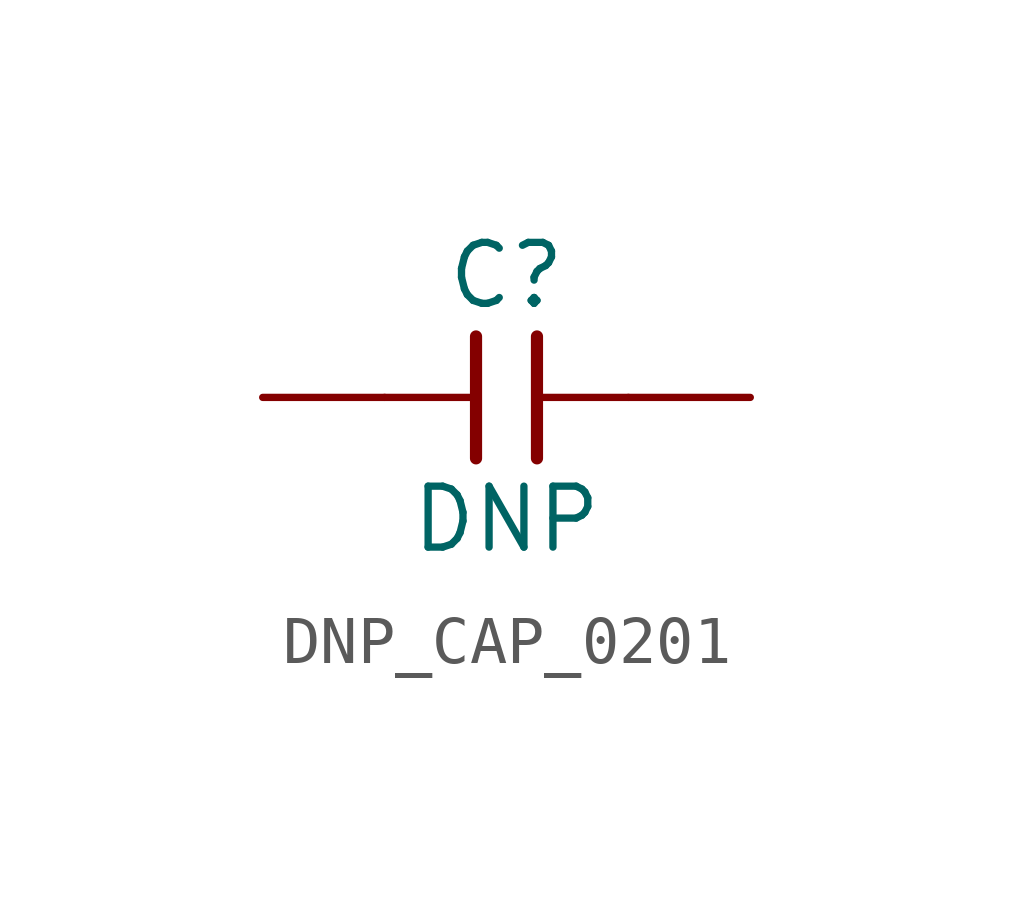
<source format=kicad_sym>
(kicad_symbol_lib
  (version 20231120)
  (generator "manual")
  (symbol "DNP_CAP_0201"
    (pin_numbers hide)
    (pin_names hide)
    (property "Reference" "C"
      (at 0 2.54 0)
      (effects (font (size 1.27 1.27))))
    (property "Value" "DNP"
      (at 0 -2.54 0)
      (effects (font (size 1.27 1.27))))
    (symbol "DNP_CAP_0201_0_1"
      (polyline (pts (xy -2.54 0) (xy -0.635 0)) (stroke (width 0) (type default)) (fill (type none)))
      (polyline (pts (xy 2.54 0) (xy 0.635 0)) (stroke (width 0) (type default)) (fill (type none)))
      (polyline (pts (xy -0.635 -1.27) (xy -0.635 1.27)) (stroke (width 0.254) (type default)) (fill (type none)))
      (polyline (pts (xy 0.635 -1.27) (xy 0.635 1.27)) (stroke (width 0.254) (type default)) (fill (type none))))
    (symbol "DNP_CAP_0201_1_1"
      (pin passive line (at -5.08 0 0) (length 2.54) (name "1" (effects (font (size 1.27 1.27)))) (number "1" (effects (font (size 1.27 1.27)))))
      (pin passive line (at 5.08 0 180) (length 2.54) (name "2" (effects (font (size 1.27 1.27)))) (number "2" (effects (font (size 1.27 1.27))))))))
</source>
